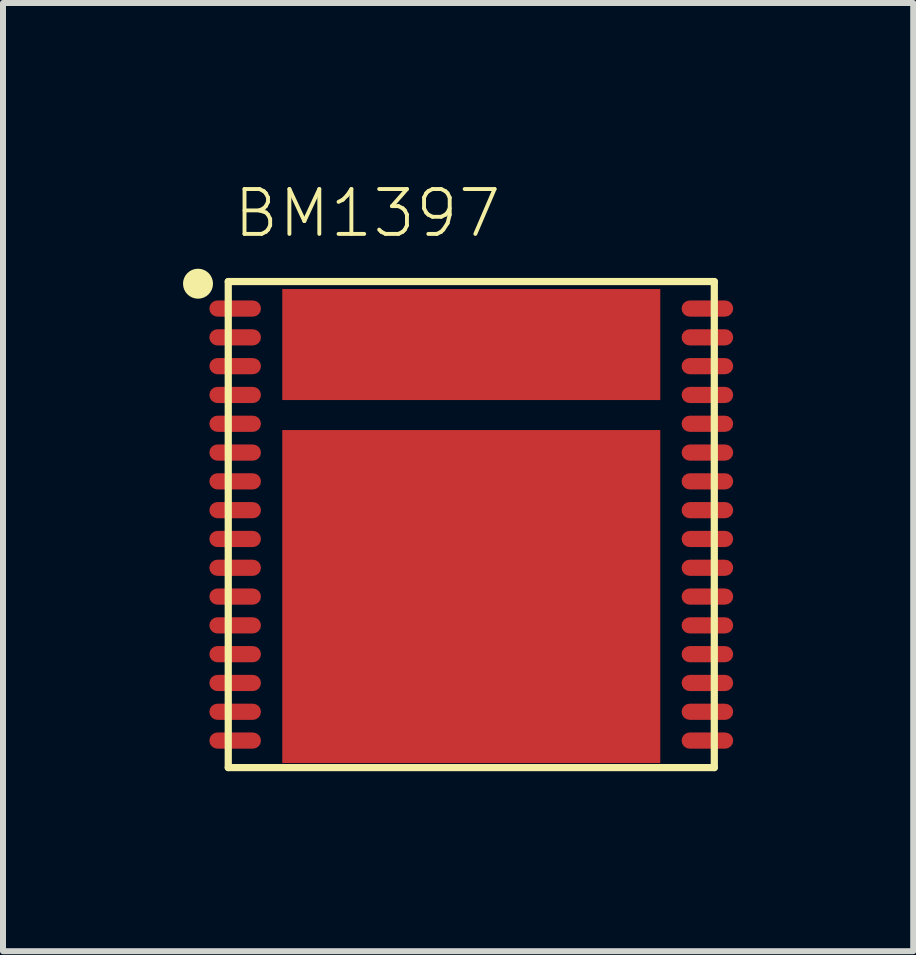
<source format=kicad_pcb>
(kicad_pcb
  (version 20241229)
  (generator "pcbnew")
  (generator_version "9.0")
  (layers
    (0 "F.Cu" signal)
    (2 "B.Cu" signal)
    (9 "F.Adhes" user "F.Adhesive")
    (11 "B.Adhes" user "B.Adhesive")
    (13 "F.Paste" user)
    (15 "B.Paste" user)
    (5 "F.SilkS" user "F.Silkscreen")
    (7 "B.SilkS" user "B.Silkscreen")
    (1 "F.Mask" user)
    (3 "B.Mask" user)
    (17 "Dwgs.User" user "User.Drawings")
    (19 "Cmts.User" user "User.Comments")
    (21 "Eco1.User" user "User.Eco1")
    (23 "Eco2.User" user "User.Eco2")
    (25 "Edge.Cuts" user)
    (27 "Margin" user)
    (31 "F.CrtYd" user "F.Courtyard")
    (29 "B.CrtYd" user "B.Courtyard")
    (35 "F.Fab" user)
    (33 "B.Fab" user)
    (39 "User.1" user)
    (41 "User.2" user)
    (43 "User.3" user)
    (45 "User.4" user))
  (footprint "BM1397"
    (layer "F.Cu")
    (at 4.804 5.692)
    (property "Reference" "BM1397" (at -4 -4.749 0) (layer "F.SilkS") (effects (font (size 0.748 0.748) (thickness 0.065)) (justify left bottom)))
    (fp_line (start -4.05 -4.05) (end 4.05 -4.05) (stroke (width 0.12) (type solid)) (layer "F.SilkS"))
    (fp_line (start -4.05 4.05) (end -4.05 -4.05) (stroke (width 0.12) (type solid)) (layer "F.SilkS"))
    (fp_line (start 4.05 -4.05) (end 4.05 4.05) (stroke (width 0.12) (type solid)) (layer "F.SilkS"))
    (fp_line (start 4.05 4.05) (end -4.05 4.05) (stroke (width 0.12) (type solid)) (layer "F.SilkS"))
    (fp_circle (center -4.554 -4.014) (end -4.429 -4.014) (stroke (width 0.25) (type solid)) (fill no) (layer "F.SilkS"))
    (fp_poly (pts (xy -2.66 -2.3) (xy -1.2 -2.3) (xy -1.2 -3.7) (xy -2.66 -3.7)) (stroke (width 0.1) (type solid)) (fill yes) (layer "F.Paste"))
    (fp_poly (pts (xy -2.66 1) (xy -1.2 1) (xy -1.2 -1.3) (xy -2.66 -1.3)) (stroke (width 0.1) (type solid)) (fill yes) (layer "F.Paste"))
    (fp_poly (pts (xy -2.66 3.7) (xy -1.2 3.7) (xy -1.2 1.4) (xy -2.66 1.4)) (stroke (width 0.1) (type solid)) (fill yes) (layer "F.Paste"))
    (fp_poly (pts (xy -0.56 -2.3) (xy 0.66 -2.3) (xy 0.66 -3.7) (xy -0.56 -3.7)) (stroke (width 0.1) (type solid)) (fill yes) (layer "F.Paste"))
    (fp_poly (pts (xy -0.56 1) (xy 0.66 1) (xy 0.66 -1.3) (xy -0.56 -1.3)) (stroke (width 0.1) (type solid)) (fill yes) (layer "F.Paste"))
    (fp_poly (pts (xy -0.56 3.7) (xy 0.66 3.7) (xy 0.66 1.4) (xy -0.56 1.4)) (stroke (width 0.1) (type solid)) (fill yes) (layer "F.Paste"))
    (fp_poly (pts (xy 1.2 -2.3) (xy 2.66 -2.3) (xy 2.66 -3.7) (xy 1.2 -3.7)) (stroke (width 0.1) (type solid)) (fill yes) (layer "F.Paste"))
    (fp_poly (pts (xy 1.2 1) (xy 2.66 1) (xy 2.66 -1.3) (xy 1.2 -1.3)) (stroke (width 0.1) (type solid)) (fill yes) (layer "F.Paste"))
    (fp_poly (pts (xy 1.2 3.7) (xy 2.66 3.7) (xy 2.66 1.4) (xy 1.2 1.4)) (stroke (width 0.1) (type solid)) (fill yes) (layer "F.Paste"))
    (pad "1" smd roundrect (at -3.935 -3.6) (size 0.86 0.27) (layers "F.Cu" "F.Mask" "F.Paste") (roundrect_rratio 0.5))
    (pad "2" smd roundrect (at -3.935 -3.12) (size 0.86 0.27) (layers "F.Cu" "F.Mask" "F.Paste") (roundrect_rratio 0.5))
    (pad "3" smd roundrect (at -3.935 -2.64) (size 0.86 0.27) (layers "F.Cu" "F.Mask" "F.Paste") (roundrect_rratio 0.5))
    (pad "4" smd roundrect (at -3.935 -2.16) (size 0.86 0.27) (layers "F.Cu" "F.Mask" "F.Paste") (roundrect_rratio 0.5))
    (pad "5" smd roundrect (at -3.935 -1.68) (size 0.86 0.27) (layers "F.Cu" "F.Mask" "F.Paste") (roundrect_rratio 0.5))
    (pad "6" smd roundrect (at -3.935 -1.2) (size 0.86 0.27) (layers "F.Cu" "F.Mask" "F.Paste") (roundrect_rratio 0.5))
    (pad "7" smd roundrect (at -3.935 -0.72) (size 0.86 0.27) (layers "F.Cu" "F.Mask" "F.Paste") (roundrect_rratio 0.5))
    (pad "8" smd roundrect (at -3.935 -0.24) (size 0.86 0.27) (layers "F.Cu" "F.Mask" "F.Paste") (roundrect_rratio 0.5))
    (pad "9" smd roundrect (at -3.935 0.24) (size 0.86 0.27) (layers "F.Cu" "F.Mask" "F.Paste") (roundrect_rratio 0.5))
    (pad "10" smd roundrect (at -3.935 0.72) (size 0.86 0.27) (layers "F.Cu" "F.Mask" "F.Paste") (roundrect_rratio 0.5))
    (pad "11" smd roundrect (at -3.935 1.2) (size 0.86 0.27) (layers "F.Cu" "F.Mask" "F.Paste") (roundrect_rratio 0.5))
    (pad "12" smd roundrect (at -3.935 1.68) (size 0.86 0.27) (layers "F.Cu" "F.Mask" "F.Paste") (roundrect_rratio 0.5))
    (pad "13" smd roundrect (at -3.935 2.16) (size 0.86 0.27) (layers "F.Cu" "F.Mask" "F.Paste") (roundrect_rratio 0.5))
    (pad "14" smd roundrect (at -3.935 2.64) (size 0.86 0.27) (layers "F.Cu" "F.Mask" "F.Paste") (roundrect_rratio 0.5))
    (pad "15" smd roundrect (at -3.935 3.12) (size 0.86 0.27) (layers "F.Cu" "F.Mask" "F.Paste") (roundrect_rratio 0.5))
    (pad "16" smd roundrect (at -3.935 3.6) (size 0.86 0.27) (layers "F.Cu" "F.Mask" "F.Paste") (roundrect_rratio 0.5))
    (pad "17" smd roundrect (at 3.935 3.6) (size 0.86 0.27) (layers "F.Cu" "F.Mask" "F.Paste") (roundrect_rratio 0.5))
    (pad "18" smd roundrect (at 3.935 3.12) (size 0.86 0.27) (layers "F.Cu" "F.Mask" "F.Paste") (roundrect_rratio 0.5))
    (pad "19" smd roundrect (at 3.935 2.64) (size 0.86 0.27) (layers "F.Cu" "F.Mask" "F.Paste") (roundrect_rratio 0.5))
    (pad "20" smd roundrect (at 3.935 2.16) (size 0.86 0.27) (layers "F.Cu" "F.Mask" "F.Paste") (roundrect_rratio 0.5))
    (pad "21" smd roundrect (at 3.935 1.68) (size 0.86 0.27) (layers "F.Cu" "F.Mask" "F.Paste") (roundrect_rratio 0.5))
    (pad "22" smd roundrect (at 3.935 1.2) (size 0.86 0.27) (layers "F.Cu" "F.Mask" "F.Paste") (roundrect_rratio 0.5))
    (pad "23" smd roundrect (at 3.935 0.72) (size 0.86 0.27) (layers "F.Cu" "F.Mask" "F.Paste") (roundrect_rratio 0.5))
    (pad "24" smd roundrect (at 3.935 0.24) (size 0.86 0.27) (layers "F.Cu" "F.Mask" "F.Paste") (roundrect_rratio 0.5))
    (pad "25" smd roundrect (at 3.935 -0.24) (size 0.86 0.27) (layers "F.Cu" "F.Mask" "F.Paste") (roundrect_rratio 0.5))
    (pad "26" smd roundrect (at 3.935 -0.72) (size 0.86 0.27) (layers "F.Cu" "F.Mask" "F.Paste") (roundrect_rratio 0.5))
    (pad "27" smd roundrect (at 3.935 -1.2) (size 0.86 0.27) (layers "F.Cu" "F.Mask" "F.Paste") (roundrect_rratio 0.5))
    (pad "28" smd roundrect (at 3.935 -1.68) (size 0.86 0.27) (layers "F.Cu" "F.Mask" "F.Paste") (roundrect_rratio 0.5))
    (pad "29" smd roundrect (at 3.935 -2.16) (size 0.86 0.27) (layers "F.Cu" "F.Mask" "F.Paste") (roundrect_rratio 0.5))
    (pad "30" smd roundrect (at 3.935 -2.64) (size 0.86 0.27) (layers "F.Cu" "F.Mask" "F.Paste") (roundrect_rratio 0.5))
    (pad "31" smd roundrect (at 3.935 -3.12) (size 0.86 0.27) (layers "F.Cu" "F.Mask" "F.Paste") (roundrect_rratio 0.5))
    (pad "32" smd roundrect (at 3.935 -3.6) (size 0.86 0.27) (layers "F.Cu" "F.Mask" "F.Paste") (roundrect_rratio 0.5))
    (pad "33" smd rect (at 0 -3) (size 6.3 1.85) (layers "F.Cu" "F.Mask"))
    (pad "34" smd rect (at 0 1.2) (size 6.3 5.55) (layers "F.Cu" "F.Mask")))
  (gr_rect
    (start -3 -3)
    (end 12.169 12.802)
    (stroke (width 0.1) (type default))
    (fill no)
    (layer "Edge.Cuts")))
</source>
